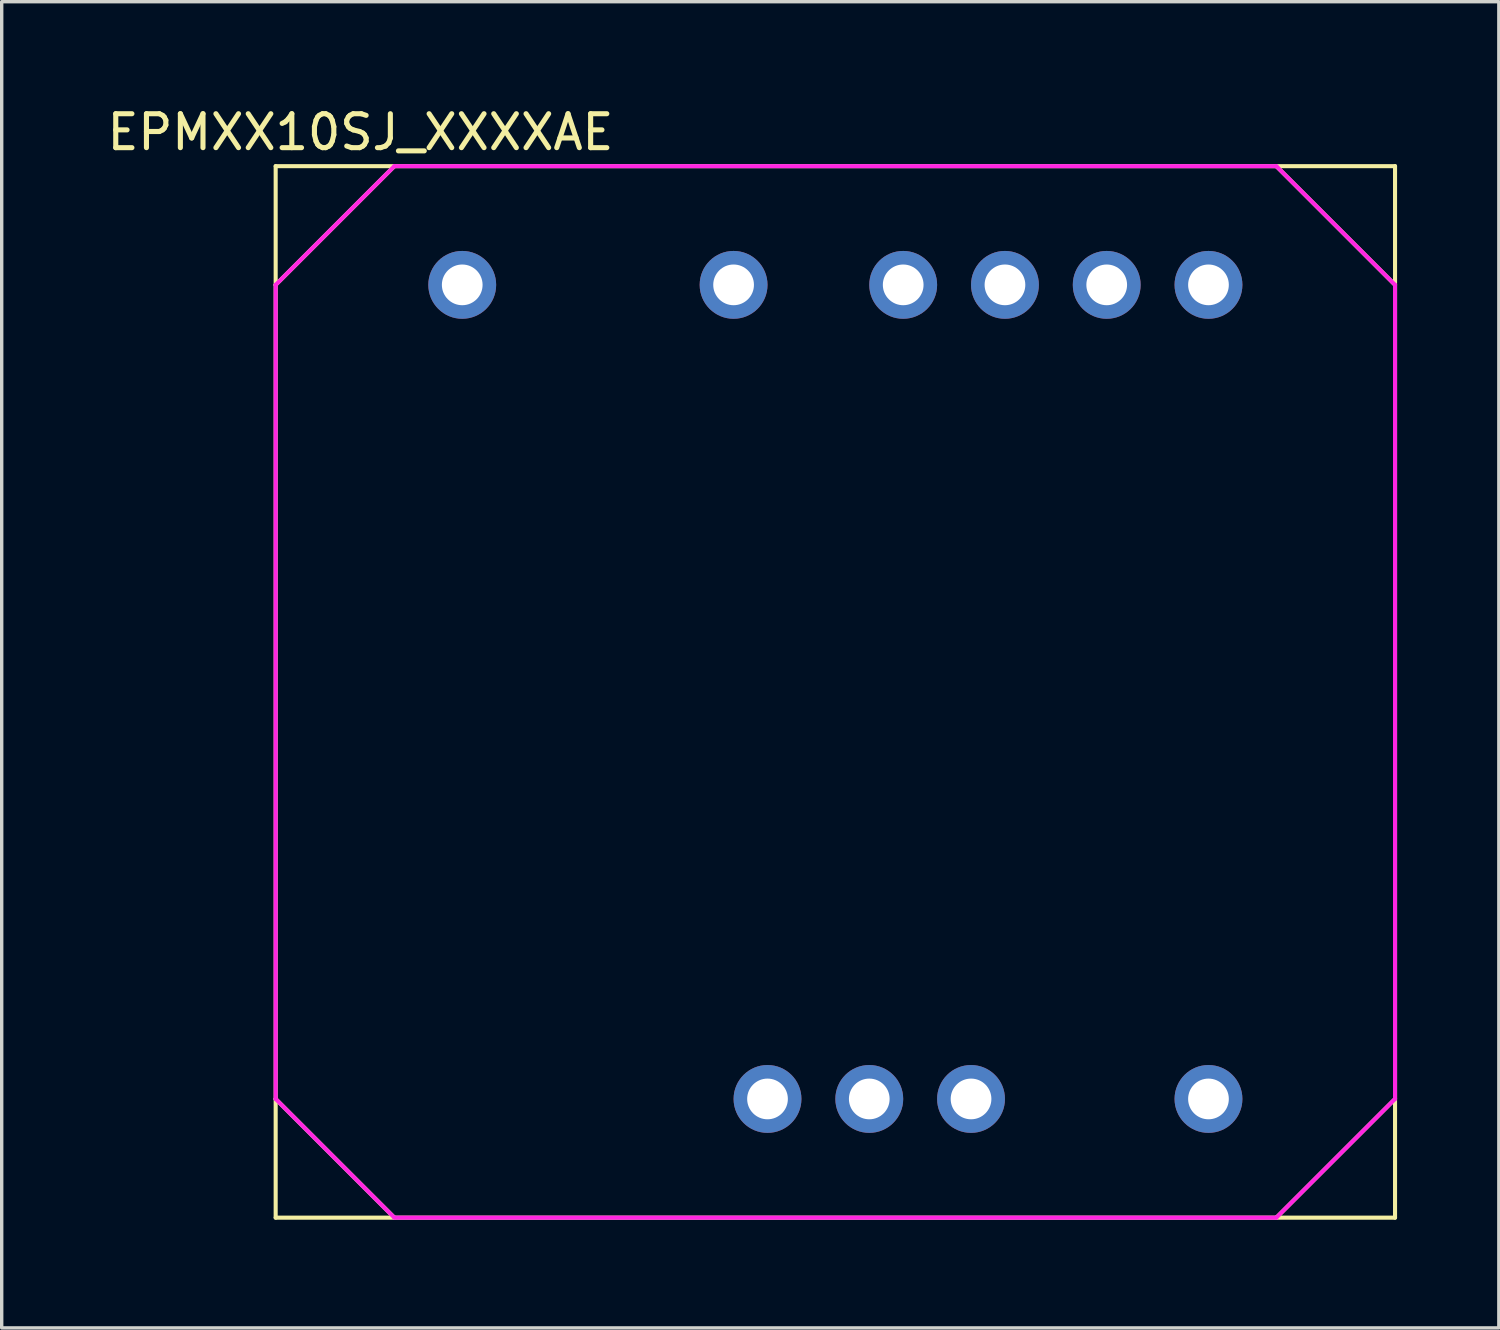
<source format=kicad_pcb>
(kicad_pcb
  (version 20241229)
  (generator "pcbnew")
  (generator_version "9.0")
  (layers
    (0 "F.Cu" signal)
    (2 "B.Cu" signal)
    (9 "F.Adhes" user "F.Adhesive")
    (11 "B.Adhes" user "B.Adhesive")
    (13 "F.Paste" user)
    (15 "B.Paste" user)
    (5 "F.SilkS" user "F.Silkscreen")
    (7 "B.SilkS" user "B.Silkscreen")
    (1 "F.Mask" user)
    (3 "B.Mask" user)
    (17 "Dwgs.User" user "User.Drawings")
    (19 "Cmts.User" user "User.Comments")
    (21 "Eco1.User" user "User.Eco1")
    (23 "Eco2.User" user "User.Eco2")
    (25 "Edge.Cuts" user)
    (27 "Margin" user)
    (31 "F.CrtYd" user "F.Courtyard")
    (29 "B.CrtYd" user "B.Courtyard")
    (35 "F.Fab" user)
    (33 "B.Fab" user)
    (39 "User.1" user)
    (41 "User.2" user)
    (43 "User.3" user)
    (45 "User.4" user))
  (footprint "EPMXX10SJ_XXXXAE"
    (layer "F.Cu")
    (at 5.077 32.848)
    (property "Reference" "EPMXX10SJ_XXXXAE" (at 2.5 -32 0) (layer "F.SilkS") (effects (font (size 1 1) (thickness 0.15))))
    (attr through_hole)
    (fp_line (start 0 -31) (end 0 -27.5) (stroke (width 0.12) (type solid)) (layer "F.SilkS"))
    (fp_line (start 0 -27.5) (end 3.5 -31) (stroke (width 0.12) (type solid)) (layer "F.SilkS"))
    (fp_line (start 0 -3.5) (end 0 -27.5) (stroke (width 0.12) (type solid)) (layer "F.SilkS"))
    (fp_line (start 0 -3.5) (end 0 0) (stroke (width 0.12) (type solid)) (layer "F.SilkS"))
    (fp_line (start 0 0) (end 3.5 0) (stroke (width 0.12) (type solid)) (layer "F.SilkS"))
    (fp_line (start 3.5 -31) (end 0 -31) (stroke (width 0.12) (type solid)) (layer "F.SilkS"))
    (fp_line (start 3.5 -31) (end 29.5 -31) (stroke (width 0.12) (type solid)) (layer "F.SilkS"))
    (fp_line (start 3.5 0) (end 0 -3.5) (stroke (width 0.12) (type solid)) (layer "F.SilkS"))
    (fp_line (start 29.5 -31) (end 33 -27.5) (stroke (width 0.12) (type solid)) (layer "F.SilkS"))
    (fp_line (start 29.5 0) (end 3.5 0) (stroke (width 0.12) (type solid)) (layer "F.SilkS"))
    (fp_line (start 29.5 0) (end 33 0) (stroke (width 0.12) (type solid)) (layer "F.SilkS"))
    (fp_line (start 33 -31) (end 29.5 -31) (stroke (width 0.12) (type solid)) (layer "F.SilkS"))
    (fp_line (start 33 -27.5) (end 33 -31) (stroke (width 0.12) (type solid)) (layer "F.SilkS"))
    (fp_line (start 33 -27.5) (end 33 -3.5) (stroke (width 0.12) (type solid)) (layer "F.SilkS"))
    (fp_line (start 33 -3.5) (end 29.5 0) (stroke (width 0.12) (type solid)) (layer "F.SilkS"))
    (fp_line (start 33 0) (end 33 -3.5) (stroke (width 0.12) (type solid)) (layer "F.SilkS"))
    (fp_line (start 0 -27.5) (end 3.5 -31) (stroke (width 0.12) (type solid)) (layer "F.CrtYd"))
    (fp_line (start 0 -3.5) (end 0 -27.5) (stroke (width 0.12) (type solid)) (layer "F.CrtYd"))
    (fp_line (start 3.5 -31) (end 29.5 -31) (stroke (width 0.12) (type solid)) (layer "F.CrtYd"))
    (fp_line (start 3.5 0) (end 0 -3.5) (stroke (width 0.12) (type solid)) (layer "F.CrtYd"))
    (fp_line (start 29.5 -31) (end 33 -27.5) (stroke (width 0.12) (type solid)) (layer "F.CrtYd"))
    (fp_line (start 29.5 0) (end 3.5 0) (stroke (width 0.12) (type solid)) (layer "F.CrtYd"))
    (fp_line (start 33 -27.5) (end 33 -3.5) (stroke (width 0.12) (type solid)) (layer "F.CrtYd"))
    (fp_line (start 33 -3.5) (end 29.5 0) (stroke (width 0.12) (type solid)) (layer "F.CrtYd"))
    (pad "4" thru_hole circle (at 14.5 -3.5) (size 2 2) (drill 1.2) (layers "*.Cu" "*.Mask"))
    (pad "5" thru_hole circle (at 17.5 -3.5) (size 2 2) (drill 1.2) (layers "*.Cu" "*.Mask"))
    (pad "6" thru_hole circle (at 20.5 -3.5) (size 2 2) (drill 1.2) (layers "*.Cu" "*.Mask"))
    (pad "7" thru_hole circle (at 27.5 -3.5) (size 2 2) (drill 1.2) (layers "*.Cu" "*.Mask"))
    (pad "8" thru_hole circle (at 27.5 -27.5) (size 2 2) (drill 1.2) (layers "*.Cu" "*.Mask"))
    (pad "9" thru_hole circle (at 24.5 -27.5) (size 2 2) (drill 1.2) (layers "*.Cu" "*.Mask"))
    (pad "10" thru_hole circle (at 21.5 -27.5) (size 2 2) (drill 1.2) (layers "*.Cu" "*.Mask"))
    (pad "11" thru_hole circle (at 18.5 -27.5) (size 2 2) (drill 1.2) (layers "*.Cu" "*.Mask"))
    (pad "12" thru_hole circle (at 13.5 -27.5) (size 2 2) (drill 1.2) (layers "*.Cu" "*.Mask"))
    (pad "14" thru_hole circle (at 5.5 -27.5) (size 2 2) (drill 1.2) (layers "*.Cu" "*.Mask")))
  (gr_rect
    (start -3 -3)
    (end 41.137 36.098)
    (stroke (width 0.1) (type default))
    (fill no)
    (layer "Edge.Cuts")))
</source>
